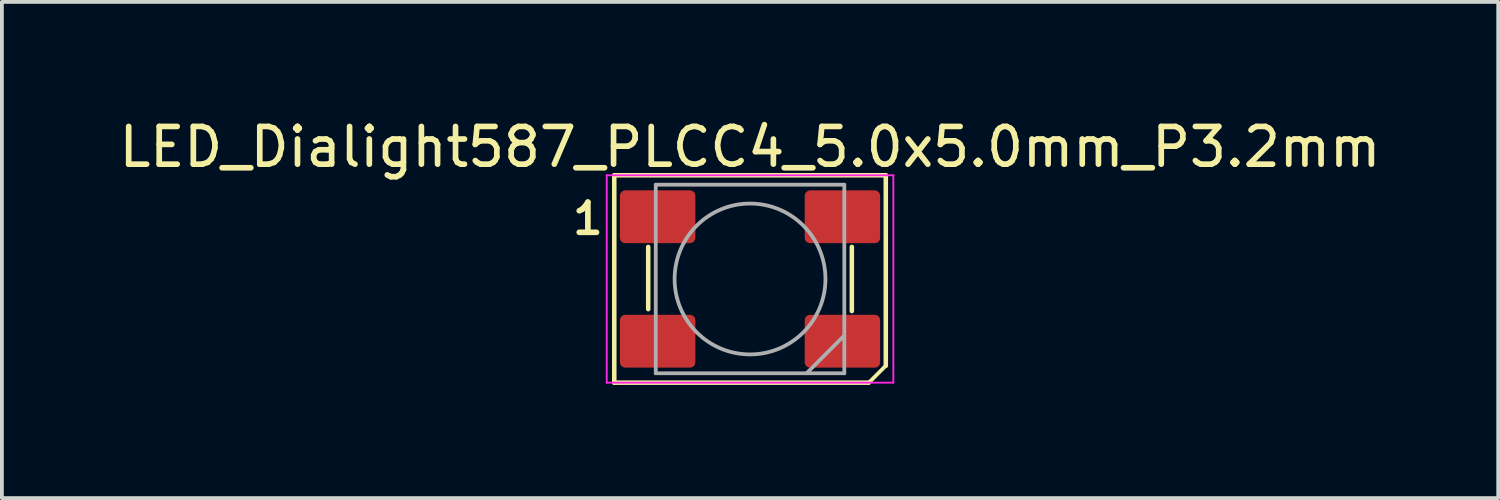
<source format=kicad_pcb>
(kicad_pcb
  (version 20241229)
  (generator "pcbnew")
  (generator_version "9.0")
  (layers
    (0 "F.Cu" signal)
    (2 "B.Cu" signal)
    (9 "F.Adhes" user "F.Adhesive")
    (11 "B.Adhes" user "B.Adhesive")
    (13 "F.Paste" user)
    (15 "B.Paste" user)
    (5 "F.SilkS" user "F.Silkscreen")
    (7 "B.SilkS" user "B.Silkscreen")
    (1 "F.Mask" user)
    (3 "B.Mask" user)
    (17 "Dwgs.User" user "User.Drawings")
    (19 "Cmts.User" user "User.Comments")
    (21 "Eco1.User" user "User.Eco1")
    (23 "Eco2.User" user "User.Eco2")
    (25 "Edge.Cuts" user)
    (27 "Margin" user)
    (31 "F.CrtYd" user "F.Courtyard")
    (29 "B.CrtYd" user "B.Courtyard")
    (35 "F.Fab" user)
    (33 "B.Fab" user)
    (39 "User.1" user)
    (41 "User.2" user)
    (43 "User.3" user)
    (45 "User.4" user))
  (footprint "LED_Dialight587_PLCC4_5.0x5.0mm_P3.2mm"
    (layer "F.Cu")
    (at 16.839 4.348)
    (property "Reference" "LED_Dialight587_PLCC4_5.0x5.0mm_P3.2mm" (at 0 -3.5 0) (layer "F.SilkS") (effects (font (size 1 1) (thickness 0.15))))
    (attr smd)
    (fp_line (start -3.6 -2.75) (end -3.6 2.75) (stroke (width 0.12) (type default)) (layer "F.SilkS"))
    (fp_line (start -3.6 -2.75) (end 3.6 -2.75) (stroke (width 0.12) (type solid)) (layer "F.SilkS"))
    (fp_line (start -3.6 2.75) (end 3.15 2.75) (stroke (width 0.12) (type solid)) (layer "F.SilkS"))
    (fp_line (start -2.7 0.8) (end -2.7 -0.85) (stroke (width 0.12) (type default)) (layer "F.SilkS"))
    (fp_line (start 2.7 0.85) (end 2.7 -0.85) (stroke (width 0.12) (type default)) (layer "F.SilkS"))
    (fp_line (start 3.6 2.3) (end 3.15 2.75) (stroke (width 0.1) (type default)) (layer "F.SilkS"))
    (fp_line (start 3.6 2.3) (end 3.6 -2.75) (stroke (width 0.12) (type default)) (layer "F.SilkS"))
    (fp_line (start -3.8 -2.75) (end -3.8 2.75) (stroke (width 0.05) (type solid)) (layer "F.CrtYd"))
    (fp_line (start -3.8 2.75) (end 3.8 2.75) (stroke (width 0.05) (type solid)) (layer "F.CrtYd"))
    (fp_line (start 3.8 -2.75) (end -3.8 -2.75) (stroke (width 0.05) (type solid)) (layer "F.CrtYd"))
    (fp_line (start 3.8 2.75) (end 3.8 -2.75) (stroke (width 0.05) (type solid)) (layer "F.CrtYd"))
    (fp_line (start -2.5 -2.5) (end -2.5 2.5) (stroke (width 0.1) (type solid)) (layer "F.Fab"))
    (fp_line (start -2.5 2.5) (end 2.5 2.5) (stroke (width 0.1) (type solid)) (layer "F.Fab"))
    (fp_line (start 2.5 -2.5) (end -2.5 -2.5) (stroke (width 0.1) (type solid)) (layer "F.Fab"))
    (fp_line (start 2.5 1.5) (end 1.5 2.5) (stroke (width 0.1) (type solid)) (layer "F.Fab"))
    (fp_line (start 2.5 2.5) (end 2.5 -2.5) (stroke (width 0.1) (type solid)) (layer "F.Fab"))
    (fp_circle (center 0 0) (end 0 -2) (stroke (width 0.1) (type solid)) (fill no) (layer "F.Fab"))
    (fp_text user "1" (at -4.3 -1.6 0) (unlocked yes) (layer "F.SilkS") (effects (font (size 0.8 0.8) (thickness 0.15))))
    (pad "1" smd roundrect (at -2.45 -1.65) (size 2 1.4) (layers "F.Cu" "F.Mask" "F.Paste") (roundrect_rratio 0.1))
    (pad "2" smd roundrect (at -2.45 1.65) (size 2 1.4) (layers "F.Cu" "F.Mask" "F.Paste") (roundrect_rratio 0.1))
    (pad "3" smd roundrect (at 2.45 1.65) (size 2 1.4) (layers "F.Cu" "F.Mask" "F.Paste") (roundrect_rratio 0.1))
    (pad "4" smd roundrect (at 2.45 -1.65) (size 2 1.4) (layers "F.Cu" "F.Mask" "F.Paste") (roundrect_rratio 0.1)))
  (gr_rect
    (start -3 -3)
    (end 36.679 10.158)
    (stroke (width 0.1) (type default))
    (fill no)
    (layer "Edge.Cuts")))
</source>
